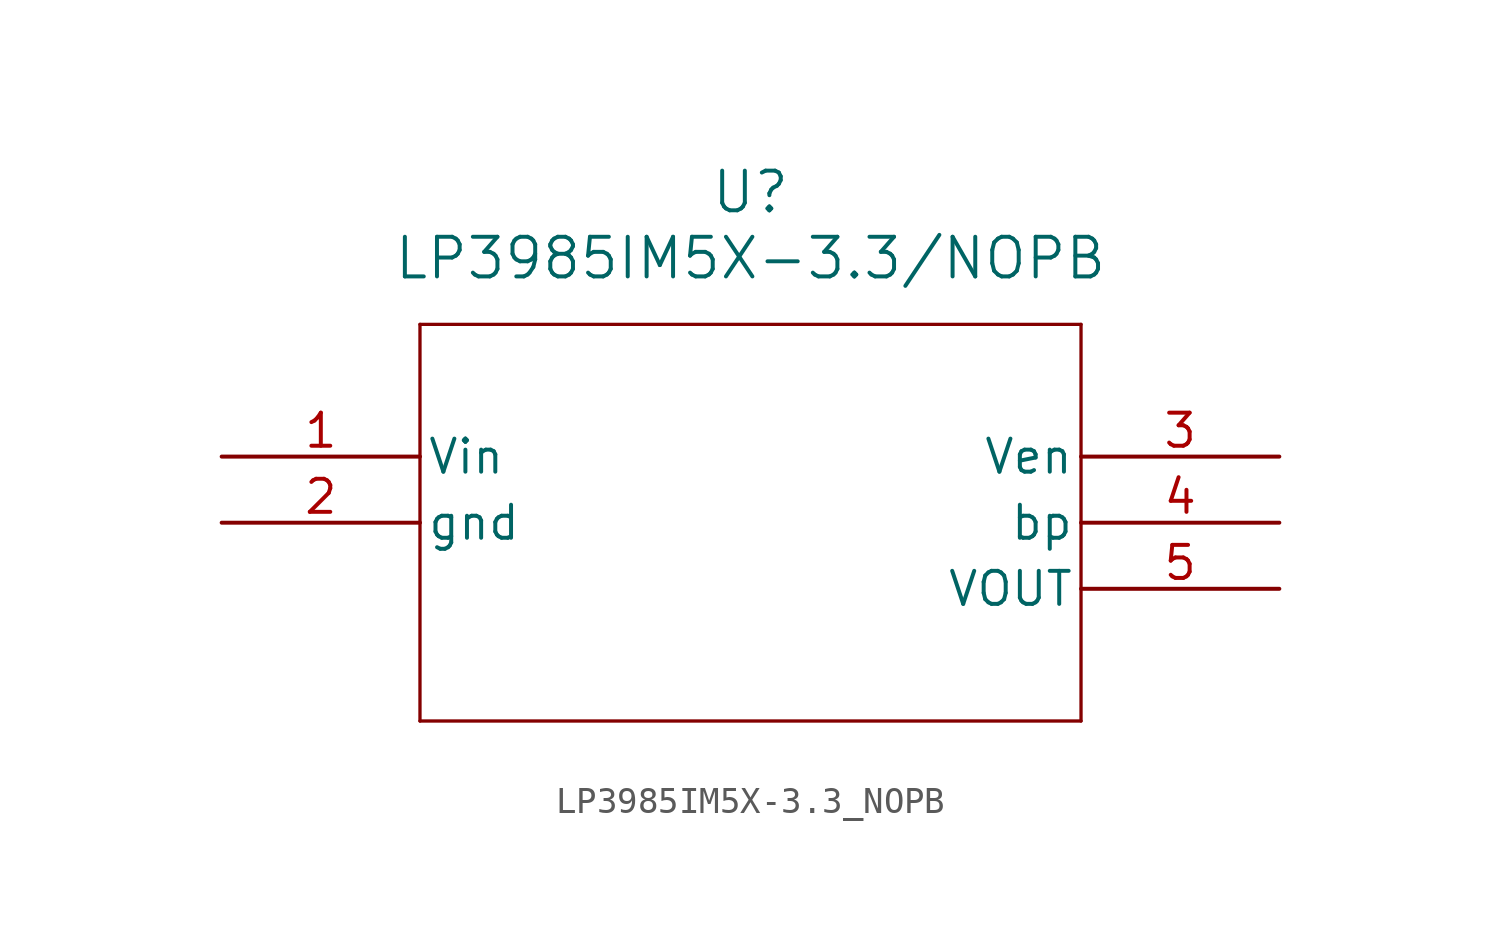
<source format=kicad_sym>
(kicad_symbol_lib
  (version 20211014)
  (generator kicad_symbol_editor)
  (symbol "LP3985IM5X-3.3_NOPB"
    (pin_names
      (offset 0.254))
    (property "Reference" "U"
      (at 20.32 10.16 0)
      (effects (font (size 1.524 1.524))))
    (property "Value" "LP3985IM5X-3.3/NOPB"
      (at 20.32 7.62 0)
      (effects (font (size 1.524 1.524))))
    (symbol "LP3985IM5X-3.3_NOPB_0_1"
      (polyline (pts (xy 7.62 5.08) (xy 7.62 -10.16)) (stroke (width 0.127) (type default) (color 0 0 0 0)) (fill (type none)))
      (polyline (pts (xy 7.62 -10.16) (xy 33.02 -10.16)) (stroke (width 0.127) (type default) (color 0 0 0 0)) (fill (type none)))
      (polyline (pts (xy 33.02 -10.16) (xy 33.02 5.08)) (stroke (width 0.127) (type default) (color 0 0 0 0)) (fill (type none)))
      (polyline (pts (xy 33.02 5.08) (xy 7.62 5.08)) (stroke (width 0.127) (type default) (color 0 0 0 0)) (fill (type none)))
      (pin input line (at 0 0 0) (length 7.62) (name "Vin" (effects (font (size 1.27 1.27)))) (number "1" (effects (font (size 1.27 1.27)))))
      (pin passive line (at 0 -2.54 0) (length 7.62) (name "gnd" (effects (font (size 1.27 1.27)))) (number "2" (effects (font (size 1.27 1.27)))))
      (pin passive line (at 40.64 0 180) (length 7.62) (name "Ven" (effects (font (size 1.27 1.27)))) (number "3" (effects (font (size 1.27 1.27)))))
      (pin passive line (at 40.64 -2.54 180) (length 7.62) (name "bp" (effects (font (size 1.27 1.27)))) (number "4" (effects (font (size 1.27 1.27)))))
      (pin output line (at 40.64 -5.08 180) (length 7.62) (name "VOUT" (effects (font (size 1.27 1.27)))) (number "5" (effects (font (size 1.27 1.27))))))))
</source>
